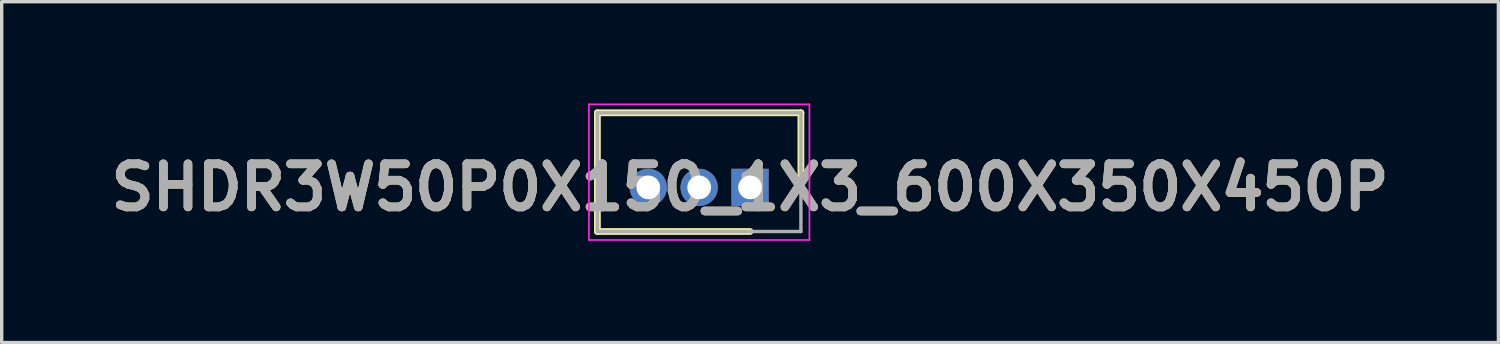
<source format=kicad_pcb>
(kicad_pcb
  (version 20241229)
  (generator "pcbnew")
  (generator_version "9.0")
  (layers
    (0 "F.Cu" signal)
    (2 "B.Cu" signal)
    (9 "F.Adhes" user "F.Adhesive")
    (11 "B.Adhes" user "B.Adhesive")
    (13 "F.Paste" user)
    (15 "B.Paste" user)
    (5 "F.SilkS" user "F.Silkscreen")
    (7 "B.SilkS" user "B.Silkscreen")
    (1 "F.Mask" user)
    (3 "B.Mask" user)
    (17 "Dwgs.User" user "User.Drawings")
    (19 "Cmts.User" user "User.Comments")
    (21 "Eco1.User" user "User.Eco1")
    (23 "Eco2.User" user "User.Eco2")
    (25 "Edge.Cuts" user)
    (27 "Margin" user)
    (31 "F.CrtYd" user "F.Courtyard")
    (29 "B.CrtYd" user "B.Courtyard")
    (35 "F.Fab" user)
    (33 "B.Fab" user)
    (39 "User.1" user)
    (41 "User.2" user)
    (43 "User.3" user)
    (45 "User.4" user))
  (footprint "SHDR3W50P0X150_1X3_600X350X450P"
    (layer "F.Cu")
    (at 19.062 2.475)
    (property "Reference" "SHDR3W50P0X150_1X3_600X350X450P" (at 0 0 0) (layer "F.SilkS") (effects (font (size 1.27 1.27) (thickness 0.254))))
    (attr through_hole)
    (fp_line (start -4.5 -2.2) (end 1.5 -2.2) (stroke (width 0.2) (type solid)) (layer "F.SilkS"))
    (fp_line (start -4.5 1.3) (end -4.5 -2.2) (stroke (width 0.2) (type solid)) (layer "F.SilkS"))
    (fp_line (start 0 1.3) (end -4.5 1.3) (stroke (width 0.2) (type solid)) (layer "F.SilkS"))
    (fp_line (start 1.5 -2.2) (end 1.5 0) (stroke (width 0.2) (type solid)) (layer "F.SilkS"))
    (fp_line (start -4.75 -2.45) (end 1.75 -2.45) (stroke (width 0.05) (type solid)) (layer "F.CrtYd"))
    (fp_line (start -4.75 1.55) (end -4.75 -2.45) (stroke (width 0.05) (type solid)) (layer "F.CrtYd"))
    (fp_line (start 1.75 -2.45) (end 1.75 1.55) (stroke (width 0.05) (type solid)) (layer "F.CrtYd"))
    (fp_line (start 1.75 1.55) (end -4.75 1.55) (stroke (width 0.05) (type solid)) (layer "F.CrtYd"))
    (fp_line (start -4.5 -2.2) (end 1.5 -2.2) (stroke (width 0.1) (type solid)) (layer "F.Fab"))
    (fp_line (start -4.5 1.3) (end -4.5 -2.2) (stroke (width 0.1) (type solid)) (layer "F.Fab"))
    (fp_line (start 1.5 -2.2) (end 1.5 1.3) (stroke (width 0.1) (type solid)) (layer "F.Fab"))
    (fp_line (start 1.5 1.3) (end -4.5 1.3) (stroke (width 0.1) (type solid)) (layer "F.Fab"))
    (fp_text user "${REFERENCE}" (at 0 0 0) (layer "F.Fab") (effects (font (size 1.27 1.27) (thickness 0.254))))
    (pad "1" thru_hole rect (at 0 0) (size 1.1 1.1) (drill 0.7) (layers "*.Cu" "*.Mask"))
    (pad "2" thru_hole circle (at -1.5 0) (size 1.1 1.1) (drill 0.7) (layers "*.Cu" "*.Mask"))
    (pad "3" thru_hole circle (at -3 0) (size 1.1 1.1) (drill 0.7) (layers "*.Cu" "*.Mask")))
  (gr_rect
    (start -3 -3)
    (end 41.124 7.05)
    (stroke (width 0.1) (type default))
    (fill no)
    (layer "Edge.Cuts")))
</source>
